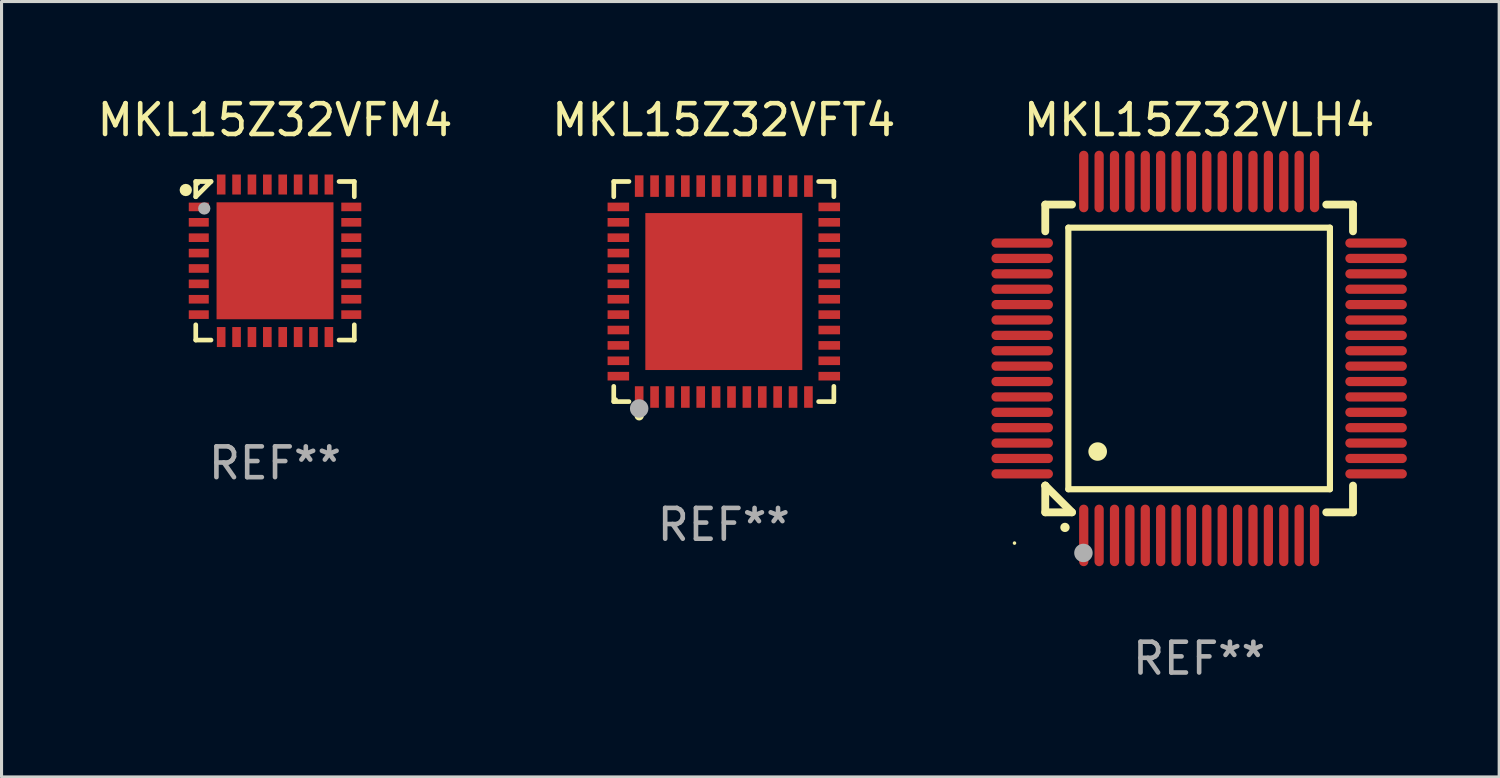
<source format=kicad_pcb>
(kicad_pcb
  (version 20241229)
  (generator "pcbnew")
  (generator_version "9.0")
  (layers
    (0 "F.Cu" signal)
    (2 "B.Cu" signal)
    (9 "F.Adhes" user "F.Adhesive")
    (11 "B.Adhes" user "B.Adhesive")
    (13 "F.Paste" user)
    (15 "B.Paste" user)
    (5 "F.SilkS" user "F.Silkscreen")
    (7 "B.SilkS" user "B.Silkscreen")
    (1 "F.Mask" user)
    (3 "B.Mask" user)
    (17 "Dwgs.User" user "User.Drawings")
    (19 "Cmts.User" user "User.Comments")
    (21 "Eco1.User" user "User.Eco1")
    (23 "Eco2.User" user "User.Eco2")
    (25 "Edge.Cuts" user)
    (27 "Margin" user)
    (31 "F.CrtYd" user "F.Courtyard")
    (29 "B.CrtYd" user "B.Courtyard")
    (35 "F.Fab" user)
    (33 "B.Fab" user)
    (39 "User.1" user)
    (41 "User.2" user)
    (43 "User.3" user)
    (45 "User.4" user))
  (footprint "MKL15Z32VFM4"
    (layer "F.Cu")
    (at 5.887 5.424)
    (property "Reference" "MKL15Z32VFM4" (at 0 -4.576 0) (layer "F.SilkS") (effects (font (size 1 1) (thickness 0.15))))
    (attr through_hole)
    (fp_line (start -2.576 -2.576) (end -2.576 -2.08) (stroke (width 0.152) (type solid)) (layer "F.SilkS"))
    (fp_line (start -2.576 2.576) (end -2.576 2.08) (stroke (width 0.152) (type solid)) (layer "F.SilkS"))
    (fp_line (start -2.08 -2.576) (end -2.576 -2.576) (stroke (width 0.152) (type solid)) (layer "F.SilkS"))
    (fp_line (start -2.08 -2.576) (end -2.576 -2.08) (stroke (width 0.152) (type solid)) (layer "F.SilkS"))
    (fp_line (start -2.08 2.576) (end -2.576 2.576) (stroke (width 0.152) (type solid)) (layer "F.SilkS"))
    (fp_line (start 2.08 -2.576) (end 2.576 -2.576) (stroke (width 0.152) (type solid)) (layer "F.SilkS"))
    (fp_line (start 2.08 2.576) (end 2.576 2.576) (stroke (width 0.152) (type solid)) (layer "F.SilkS"))
    (fp_line (start 2.576 -2.576) (end 2.576 -2.08) (stroke (width 0.152) (type solid)) (layer "F.SilkS"))
    (fp_line (start 2.576 2.576) (end 2.576 2.08) (stroke (width 0.152) (type solid)) (layer "F.SilkS"))
    (fp_circle (center -2.9 -2.3) (end -2.8 -2.3) (stroke (width 0.2) (type solid)) (fill no) (layer "F.SilkS"))
    (fp_circle (center -2.5 -2.5) (end -2.47 -2.5) (stroke (width 0.06) (type solid)) (fill no) (layer "F.SilkS"))
    (fp_circle (center -2.3 -1.7) (end -2.2 -1.7) (stroke (width 0.2) (type solid)) (fill no) (layer "F.Fab"))
    (fp_text user "REF**" (at 0 6.576 0) (layer "F.Fab") (effects (font (size 1 1) (thickness 0.15))))
    (pad "1" smd rect (at -2.478 -1.75) (size 0.65 0.28) (layers "F.Cu" "F.Mask" "F.Paste"))
    (pad "2" smd rect (at -2.478 -1.25) (size 0.65 0.28) (layers "F.Cu" "F.Mask" "F.Paste"))
    (pad "3" smd rect (at -2.478 -0.75) (size 0.65 0.28) (layers "F.Cu" "F.Mask" "F.Paste"))
    (pad "4" smd rect (at -2.478 -0.25) (size 0.65 0.28) (layers "F.Cu" "F.Mask" "F.Paste"))
    (pad "5" smd rect (at -2.478 0.25) (size 0.65 0.28) (layers "F.Cu" "F.Mask" "F.Paste"))
    (pad "6" smd rect (at -2.478 0.75) (size 0.65 0.28) (layers "F.Cu" "F.Mask" "F.Paste"))
    (pad "7" smd rect (at -2.478 1.25) (size 0.65 0.28) (layers "F.Cu" "F.Mask" "F.Paste"))
    (pad "8" smd rect (at -2.478 1.75) (size 0.65 0.28) (layers "F.Cu" "F.Mask" "F.Paste"))
    (pad "9" smd rect (at -1.75 2.478) (size 0.28 0.65) (layers "F.Cu" "F.Mask" "F.Paste"))
    (pad "10" smd rect (at -1.25 2.478) (size 0.28 0.65) (layers "F.Cu" "F.Mask" "F.Paste"))
    (pad "11" smd rect (at -0.75 2.478) (size 0.28 0.65) (layers "F.Cu" "F.Mask" "F.Paste"))
    (pad "12" smd rect (at -0.25 2.478) (size 0.28 0.65) (layers "F.Cu" "F.Mask" "F.Paste"))
    (pad "13" smd rect (at 0.25 2.478) (size 0.28 0.65) (layers "F.Cu" "F.Mask" "F.Paste"))
    (pad "14" smd rect (at 0.75 2.478) (size 0.28 0.65) (layers "F.Cu" "F.Mask" "F.Paste"))
    (pad "15" smd rect (at 1.25 2.478) (size 0.28 0.65) (layers "F.Cu" "F.Mask" "F.Paste"))
    (pad "16" smd rect (at 1.75 2.478) (size 0.28 0.65) (layers "F.Cu" "F.Mask" "F.Paste"))
    (pad "17" smd rect (at 2.478 1.75) (size 0.65 0.28) (layers "F.Cu" "F.Mask" "F.Paste"))
    (pad "18" smd rect (at 2.478 1.25) (size 0.65 0.28) (layers "F.Cu" "F.Mask" "F.Paste"))
    (pad "19" smd rect (at 2.478 0.75) (size 0.65 0.28) (layers "F.Cu" "F.Mask" "F.Paste"))
    (pad "20" smd rect (at 2.478 0.25) (size 0.65 0.28) (layers "F.Cu" "F.Mask" "F.Paste"))
    (pad "21" smd rect (at 2.478 -0.25) (size 0.65 0.28) (layers "F.Cu" "F.Mask" "F.Paste"))
    (pad "22" smd rect (at 2.478 -0.75) (size 0.65 0.28) (layers "F.Cu" "F.Mask" "F.Paste"))
    (pad "23" smd rect (at 2.478 -1.25) (size 0.65 0.28) (layers "F.Cu" "F.Mask" "F.Paste"))
    (pad "24" smd rect (at 2.478 -1.75) (size 0.65 0.28) (layers "F.Cu" "F.Mask" "F.Paste"))
    (pad "25" smd rect (at 1.75 -2.478) (size 0.28 0.65) (layers "F.Cu" "F.Mask" "F.Paste"))
    (pad "26" smd rect (at 1.25 -2.478) (size 0.28 0.65) (layers "F.Cu" "F.Mask" "F.Paste"))
    (pad "27" smd rect (at 0.75 -2.478) (size 0.28 0.65) (layers "F.Cu" "F.Mask" "F.Paste"))
    (pad "28" smd rect (at 0.25 -2.478) (size 0.28 0.65) (layers "F.Cu" "F.Mask" "F.Paste"))
    (pad "29" smd rect (at -0.25 -2.478) (size 0.28 0.65) (layers "F.Cu" "F.Mask" "F.Paste"))
    (pad "30" smd rect (at -0.75 -2.478) (size 0.28 0.65) (layers "F.Cu" "F.Mask" "F.Paste"))
    (pad "31" smd rect (at -1.25 -2.478) (size 0.28 0.65) (layers "F.Cu" "F.Mask" "F.Paste"))
    (pad "32" smd rect (at -1.75 -2.478) (size 0.28 0.65) (layers "F.Cu" "F.Mask" "F.Paste"))
    (pad "33" smd rect (at 0 0) (size 3.8 3.8) (layers "F.Cu" "F.Mask" "F.Paste")))
  (footprint "MKL15Z32VFT4"
    (layer "F.Cu")
    (at 20.47 6.424)
    (property "Reference" "MKL15Z32VFT4" (at 0 -5.576 0) (layer "F.SilkS") (effects (font (size 1 1) (thickness 0.15))))
    (attr through_hole)
    (fp_line (start -3.576 -3.576) (end -3.081 -3.576) (stroke (width 0.152) (type solid)) (layer "F.SilkS"))
    (fp_line (start -3.576 -3.081) (end -3.576 -3.576) (stroke (width 0.152) (type solid)) (layer "F.SilkS"))
    (fp_line (start -3.576 3.081) (end -3.576 3.576) (stroke (width 0.152) (type solid)) (layer "F.SilkS"))
    (fp_line (start -3.576 3.576) (end -3.081 3.576) (stroke (width 0.152) (type solid)) (layer "F.SilkS"))
    (fp_line (start 3.576 -3.576) (end 3.081 -3.576) (stroke (width 0.152) (type solid)) (layer "F.SilkS"))
    (fp_line (start 3.576 -3.081) (end 3.576 -3.576) (stroke (width 0.152) (type solid)) (layer "F.SilkS"))
    (fp_line (start 3.576 3.081) (end 3.576 3.576) (stroke (width 0.152) (type solid)) (layer "F.SilkS"))
    (fp_line (start 3.576 3.576) (end 3.081 3.576) (stroke (width 0.152) (type solid)) (layer "F.SilkS"))
    (fp_circle (center -3.5 3.5) (end -3.47 3.5) (stroke (width 0.06) (type solid)) (fill no) (layer "F.SilkS"))
    (fp_circle (center -2.75 4.04) (end -2.675 4.04) (stroke (width 0.15) (type solid)) (fill no) (layer "F.SilkS"))
    (fp_circle (center -2.75 3.8) (end -2.6 3.8) (stroke (width 0.3) (type solid)) (fill no) (layer "F.Fab"))
    (fp_text user "REF**" (at 0 7.576 0) (layer "F.Fab") (effects (font (size 1 1) (thickness 0.15))))
    (pad "1" smd rect (at -2.75 3.427) (size 0.28 0.7) (layers "F.Cu" "F.Mask" "F.Paste"))
    (pad "2" smd rect (at -2.25 3.427) (size 0.28 0.7) (layers "F.Cu" "F.Mask" "F.Paste"))
    (pad "3" smd rect (at -1.75 3.427) (size 0.28 0.7) (layers "F.Cu" "F.Mask" "F.Paste"))
    (pad "4" smd rect (at -1.25 3.427) (size 0.28 0.7) (layers "F.Cu" "F.Mask" "F.Paste"))
    (pad "5" smd rect (at -0.75 3.427) (size 0.28 0.7) (layers "F.Cu" "F.Mask" "F.Paste"))
    (pad "6" smd rect (at -0.25 3.427) (size 0.28 0.7) (layers "F.Cu" "F.Mask" "F.Paste"))
    (pad "7" smd rect (at 0.25 3.427) (size 0.28 0.7) (layers "F.Cu" "F.Mask" "F.Paste"))
    (pad "8" smd rect (at 0.75 3.427) (size 0.28 0.7) (layers "F.Cu" "F.Mask" "F.Paste"))
    (pad "9" smd rect (at 1.25 3.427) (size 0.28 0.7) (layers "F.Cu" "F.Mask" "F.Paste"))
    (pad "10" smd rect (at 1.75 3.427) (size 0.28 0.7) (layers "F.Cu" "F.Mask" "F.Paste"))
    (pad "11" smd rect (at 2.25 3.427) (size 0.28 0.7) (layers "F.Cu" "F.Mask" "F.Paste"))
    (pad "12" smd rect (at 2.75 3.427) (size 0.28 0.7) (layers "F.Cu" "F.Mask" "F.Paste"))
    (pad "13" smd rect (at 3.427 2.75) (size 0.7 0.28) (layers "F.Cu" "F.Mask" "F.Paste"))
    (pad "14" smd rect (at 3.427 2.25) (size 0.7 0.28) (layers "F.Cu" "F.Mask" "F.Paste"))
    (pad "15" smd rect (at 3.427 1.75) (size 0.7 0.28) (layers "F.Cu" "F.Mask" "F.Paste"))
    (pad "16" smd rect (at 3.427 1.25) (size 0.7 0.28) (layers "F.Cu" "F.Mask" "F.Paste"))
    (pad "17" smd rect (at 3.427 0.75) (size 0.7 0.28) (layers "F.Cu" "F.Mask" "F.Paste"))
    (pad "18" smd rect (at 3.427 0.25) (size 0.7 0.28) (layers "F.Cu" "F.Mask" "F.Paste"))
    (pad "19" smd rect (at 3.427 -0.25) (size 0.7 0.28) (layers "F.Cu" "F.Mask" "F.Paste"))
    (pad "20" smd rect (at 3.427 -0.75) (size 0.7 0.28) (layers "F.Cu" "F.Mask" "F.Paste"))
    (pad "21" smd rect (at 3.427 -1.25) (size 0.7 0.28) (layers "F.Cu" "F.Mask" "F.Paste"))
    (pad "22" smd rect (at 3.427 -1.75) (size 0.7 0.28) (layers "F.Cu" "F.Mask" "F.Paste"))
    (pad "23" smd rect (at 3.427 -2.25) (size 0.7 0.28) (layers "F.Cu" "F.Mask" "F.Paste"))
    (pad "24" smd rect (at 3.427 -2.75) (size 0.7 0.28) (layers "F.Cu" "F.Mask" "F.Paste"))
    (pad "25" smd rect (at 2.75 -3.427) (size 0.28 0.7) (layers "F.Cu" "F.Mask" "F.Paste"))
    (pad "26" smd rect (at 2.25 -3.427) (size 0.28 0.7) (layers "F.Cu" "F.Mask" "F.Paste"))
    (pad "27" smd rect (at 1.75 -3.427) (size 0.28 0.7) (layers "F.Cu" "F.Mask" "F.Paste"))
    (pad "28" smd rect (at 1.25 -3.427) (size 0.28 0.7) (layers "F.Cu" "F.Mask" "F.Paste"))
    (pad "29" smd rect (at 0.75 -3.427) (size 0.28 0.7) (layers "F.Cu" "F.Mask" "F.Paste"))
    (pad "30" smd rect (at 0.25 -3.427) (size 0.28 0.7) (layers "F.Cu" "F.Mask" "F.Paste"))
    (pad "31" smd rect (at -0.25 -3.427) (size 0.28 0.7) (layers "F.Cu" "F.Mask" "F.Paste"))
    (pad "32" smd rect (at -0.75 -3.427) (size 0.28 0.7) (layers "F.Cu" "F.Mask" "F.Paste"))
    (pad "33" smd rect (at -1.25 -3.427) (size 0.28 0.7) (layers "F.Cu" "F.Mask" "F.Paste"))
    (pad "34" smd rect (at -1.75 -3.427) (size 0.28 0.7) (layers "F.Cu" "F.Mask" "F.Paste"))
    (pad "35" smd rect (at -2.25 -3.427) (size 0.28 0.7) (layers "F.Cu" "F.Mask" "F.Paste"))
    (pad "36" smd rect (at -2.75 -3.427) (size 0.28 0.7) (layers "F.Cu" "F.Mask" "F.Paste"))
    (pad "37" smd rect (at -3.427 -2.75) (size 0.7 0.28) (layers "F.Cu" "F.Mask" "F.Paste"))
    (pad "38" smd rect (at -3.427 -2.25) (size 0.7 0.28) (layers "F.Cu" "F.Mask" "F.Paste"))
    (pad "39" smd rect (at -3.427 -1.75) (size 0.7 0.28) (layers "F.Cu" "F.Mask" "F.Paste"))
    (pad "40" smd rect (at -3.427 -1.25) (size 0.7 0.28) (layers "F.Cu" "F.Mask" "F.Paste"))
    (pad "41" smd rect (at -3.427 -0.75) (size 0.7 0.28) (layers "F.Cu" "F.Mask" "F.Paste"))
    (pad "42" smd rect (at -3.427 -0.25) (size 0.7 0.28) (layers "F.Cu" "F.Mask" "F.Paste"))
    (pad "43" smd rect (at -3.427 0.25) (size 0.7 0.28) (layers "F.Cu" "F.Mask" "F.Paste"))
    (pad "44" smd rect (at -3.427 0.75) (size 0.7 0.28) (layers "F.Cu" "F.Mask" "F.Paste"))
    (pad "45" smd rect (at -3.427 1.25) (size 0.7 0.28) (layers "F.Cu" "F.Mask" "F.Paste"))
    (pad "46" smd rect (at -3.427 1.75) (size 0.7 0.28) (layers "F.Cu" "F.Mask" "F.Paste"))
    (pad "47" smd rect (at -3.427 2.25) (size 0.7 0.28) (layers "F.Cu" "F.Mask" "F.Paste"))
    (pad "48" smd rect (at -3.427 2.75) (size 0.7 0.28) (layers "F.Cu" "F.Mask" "F.Paste"))
    (pad "49" smd rect (at 0 0) (size 5.1 5.1) (layers "F.Cu" "F.Mask" "F.Paste")))
  (footprint "MKL15Z32VLH4"
    (layer "F.Cu")
    (at 35.916 8.598)
    (property "Reference" "MKL15Z32VLH4" (at 0 -7.75 0) (layer "F.SilkS") (effects (font (size 1 1) (thickness 0.15))))
    (attr through_hole)
    (fp_line (start -5 -5) (end -4.131 -5) (stroke (width 0.254) (type solid)) (layer "F.SilkS"))
    (fp_line (start -5 -4.131) (end -5 -5) (stroke (width 0.254) (type solid)) (layer "F.SilkS"))
    (fp_line (start -5 4.131) (end -5 4.131) (stroke (width 0.254) (type solid)) (layer "F.SilkS"))
    (fp_line (start -5 5) (end -5 4.131) (stroke (width 0.254) (type solid)) (layer "F.SilkS"))
    (fp_line (start -5 4.131) (end -4.131 5) (stroke (width 0.254) (type solid)) (layer "F.SilkS"))
    (fp_line (start -4.25 -4.25) (end -4.25 4.25) (stroke (width 0.2) (type solid)) (layer "F.SilkS"))
    (fp_line (start -4.25 4.25) (end 4.25 4.25) (stroke (width 0.2) (type solid)) (layer "F.SilkS"))
    (fp_line (start -4.131 5) (end -5 5) (stroke (width 0.254) (type solid)) (layer "F.SilkS"))
    (fp_line (start 4.25 -4.25) (end -4.25 -4.25) (stroke (width 0.2) (type solid)) (layer "F.SilkS"))
    (fp_line (start 4.25 4.25) (end 4.25 -4.25) (stroke (width 0.2) (type solid)) (layer "F.SilkS"))
    (fp_line (start 5 -5) (end 4.131 -5) (stroke (width 0.254) (type solid)) (layer "F.SilkS"))
    (fp_line (start 5 -5) (end 5 -4.131) (stroke (width 0.254) (type solid)) (layer "F.SilkS"))
    (fp_line (start 5 4.131) (end 5 5) (stroke (width 0.254) (type solid)) (layer "F.SilkS"))
    (fp_line (start 5 5) (end 4.131 5) (stroke (width 0.254) (type solid)) (layer "F.SilkS"))
    (fp_arc (start -4.361265 5.489992) (mid -4.359995 5.489987) (end -4.358725 5.489992) (stroke (width 0.3) (type solid)) (layer "F.SilkS"))
    (fp_arc (start -3.299467 3.025146) (mid -3.296927 3.025135) (end -3.294387 3.025146) (stroke (width 0.6) (type solid)) (layer "F.SilkS"))
    (fp_circle (center -6 6) (end -5.97 6) (stroke (width 0.06) (type solid)) (fill no) (layer "F.SilkS"))
    (fp_circle (center -3.76 6.32) (end -3.61 6.32) (stroke (width 0.3) (type solid)) (fill no) (layer "F.Fab"))
    (fp_text user "REF**" (at 0 9.75 0) (layer "F.Fab") (effects (font (size 1 1) (thickness 0.15))))
    (pad "1" smd oval (at -3.75 5.75) (size 0.3 2) (layers "F.Cu" "F.Mask" "F.Paste"))
    (pad "2" smd oval (at -3.25 5.75) (size 0.3 2) (layers "F.Cu" "F.Mask" "F.Paste"))
    (pad "3" smd oval (at -2.75 5.75) (size 0.3 2) (layers "F.Cu" "F.Mask" "F.Paste"))
    (pad "4" smd oval (at -2.25 5.75) (size 0.3 2) (layers "F.Cu" "F.Mask" "F.Paste"))
    (pad "5" smd oval (at -1.75 5.75) (size 0.3 2) (layers "F.Cu" "F.Mask" "F.Paste"))
    (pad "6" smd oval (at -1.25 5.75) (size 0.3 2) (layers "F.Cu" "F.Mask" "F.Paste"))
    (pad "7" smd oval (at -0.75 5.75) (size 0.3 2) (layers "F.Cu" "F.Mask" "F.Paste"))
    (pad "8" smd oval (at -0.25 5.75) (size 0.3 2) (layers "F.Cu" "F.Mask" "F.Paste"))
    (pad "9" smd oval (at 0.25 5.75) (size 0.3 2) (layers "F.Cu" "F.Mask" "F.Paste"))
    (pad "10" smd oval (at 0.75 5.75) (size 0.3 2) (layers "F.Cu" "F.Mask" "F.Paste"))
    (pad "11" smd oval (at 1.25 5.75) (size 0.3 2) (layers "F.Cu" "F.Mask" "F.Paste"))
    (pad "12" smd oval (at 1.75 5.75) (size 0.3 2) (layers "F.Cu" "F.Mask" "F.Paste"))
    (pad "13" smd oval (at 2.25 5.75) (size 0.3 2) (layers "F.Cu" "F.Mask" "F.Paste"))
    (pad "14" smd oval (at 2.75 5.75) (size 0.3 2) (layers "F.Cu" "F.Mask" "F.Paste"))
    (pad "15" smd oval (at 3.25 5.75) (size 0.3 2) (layers "F.Cu" "F.Mask" "F.Paste"))
    (pad "16" smd oval (at 3.75 5.75) (size 0.3 2) (layers "F.Cu" "F.Mask" "F.Paste"))
    (pad "17" smd oval (at 5.75 3.75) (size 2 0.3) (layers "F.Cu" "F.Mask" "F.Paste"))
    (pad "18" smd oval (at 5.75 3.25) (size 2 0.3) (layers "F.Cu" "F.Mask" "F.Paste"))
    (pad "19" smd oval (at 5.75 2.75) (size 2 0.3) (layers "F.Cu" "F.Mask" "F.Paste"))
    (pad "20" smd oval (at 5.75 2.25) (size 2 0.3) (layers "F.Cu" "F.Mask" "F.Paste"))
    (pad "21" smd oval (at 5.75 1.75) (size 2 0.3) (layers "F.Cu" "F.Mask" "F.Paste"))
    (pad "22" smd oval (at 5.75 1.25) (size 2 0.3) (layers "F.Cu" "F.Mask" "F.Paste"))
    (pad "23" smd oval (at 5.75 0.75) (size 2 0.3) (layers "F.Cu" "F.Mask" "F.Paste"))
    (pad "24" smd oval (at 5.75 0.25) (size 2 0.3) (layers "F.Cu" "F.Mask" "F.Paste"))
    (pad "25" smd oval (at 5.75 -0.25) (size 2 0.3) (layers "F.Cu" "F.Mask" "F.Paste"))
    (pad "26" smd oval (at 5.75 -0.75) (size 2 0.3) (layers "F.Cu" "F.Mask" "F.Paste"))
    (pad "27" smd oval (at 5.75 -1.25) (size 2 0.3) (layers "F.Cu" "F.Mask" "F.Paste"))
    (pad "28" smd oval (at 5.75 -1.75) (size 2 0.3) (layers "F.Cu" "F.Mask" "F.Paste"))
    (pad "29" smd oval (at 5.75 -2.25) (size 2 0.3) (layers "F.Cu" "F.Mask" "F.Paste"))
    (pad "30" smd oval (at 5.75 -2.75) (size 2 0.3) (layers "F.Cu" "F.Mask" "F.Paste"))
    (pad "31" smd oval (at 5.75 -3.25) (size 2 0.3) (layers "F.Cu" "F.Mask" "F.Paste"))
    (pad "32" smd oval (at 5.75 -3.75) (size 2 0.3) (layers "F.Cu" "F.Mask" "F.Paste"))
    (pad "33" smd oval (at 3.75 -5.75) (size 0.3 2) (layers "F.Cu" "F.Mask" "F.Paste"))
    (pad "34" smd oval (at 3.25 -5.75) (size 0.3 2) (layers "F.Cu" "F.Mask" "F.Paste"))
    (pad "35" smd oval (at 2.75 -5.75) (size 0.3 2) (layers "F.Cu" "F.Mask" "F.Paste"))
    (pad "36" smd oval (at 2.25 -5.75) (size 0.3 2) (layers "F.Cu" "F.Mask" "F.Paste"))
    (pad "37" smd oval (at 1.75 -5.75) (size 0.3 2) (layers "F.Cu" "F.Mask" "F.Paste"))
    (pad "38" smd oval (at 1.25 -5.75) (size 0.3 2) (layers "F.Cu" "F.Mask" "F.Paste"))
    (pad "39" smd oval (at 0.75 -5.75) (size 0.3 2) (layers "F.Cu" "F.Mask" "F.Paste"))
    (pad "40" smd oval (at 0.25 -5.75) (size 0.3 2) (layers "F.Cu" "F.Mask" "F.Paste"))
    (pad "41" smd oval (at -0.25 -5.75) (size 0.3 2) (layers "F.Cu" "F.Mask" "F.Paste"))
    (pad "42" smd oval (at -0.75 -5.75) (size 0.3 2) (layers "F.Cu" "F.Mask" "F.Paste"))
    (pad "43" smd oval (at -1.25 -5.75) (size 0.3 2) (layers "F.Cu" "F.Mask" "F.Paste"))
    (pad "44" smd oval (at -1.75 -5.75) (size 0.3 2) (layers "F.Cu" "F.Mask" "F.Paste"))
    (pad "45" smd oval (at -2.25 -5.75) (size 0.3 2) (layers "F.Cu" "F.Mask" "F.Paste"))
    (pad "46" smd oval (at -2.75 -5.75) (size 0.3 2) (layers "F.Cu" "F.Mask" "F.Paste"))
    (pad "47" smd oval (at -3.25 -5.75) (size 0.3 2) (layers "F.Cu" "F.Mask" "F.Paste"))
    (pad "48" smd oval (at -3.75 -5.75) (size 0.3 2) (layers "F.Cu" "F.Mask" "F.Paste"))
    (pad "49" smd oval (at -5.75 -3.75) (size 2 0.3) (layers "F.Cu" "F.Mask" "F.Paste"))
    (pad "50" smd oval (at -5.75 -3.25) (size 2 0.3) (layers "F.Cu" "F.Mask" "F.Paste"))
    (pad "51" smd oval (at -5.75 -2.75) (size 2 0.3) (layers "F.Cu" "F.Mask" "F.Paste"))
    (pad "52" smd oval (at -5.75 -2.25) (size 2 0.3) (layers "F.Cu" "F.Mask" "F.Paste"))
    (pad "53" smd oval (at -5.75 -1.75) (size 2 0.3) (layers "F.Cu" "F.Mask" "F.Paste"))
    (pad "54" smd oval (at -5.75 -1.25) (size 2 0.3) (layers "F.Cu" "F.Mask" "F.Paste"))
    (pad "55" smd oval (at -5.75 -0.75) (size 2 0.3) (layers "F.Cu" "F.Mask" "F.Paste"))
    (pad "56" smd oval (at -5.75 -0.25) (size 2 0.3) (layers "F.Cu" "F.Mask" "F.Paste"))
    (pad "57" smd oval (at -5.75 0.25) (size 2 0.3) (layers "F.Cu" "F.Mask" "F.Paste"))
    (pad "58" smd oval (at -5.75 0.75) (size 2 0.3) (layers "F.Cu" "F.Mask" "F.Paste"))
    (pad "59" smd oval (at -5.75 1.25) (size 2 0.3) (layers "F.Cu" "F.Mask" "F.Paste"))
    (pad "60" smd oval (at -5.75 1.75) (size 2 0.3) (layers "F.Cu" "F.Mask" "F.Paste"))
    (pad "61" smd oval (at -5.75 2.25) (size 2 0.3) (layers "F.Cu" "F.Mask" "F.Paste"))
    (pad "62" smd oval (at -5.75 2.75) (size 2 0.3) (layers "F.Cu" "F.Mask" "F.Paste"))
    (pad "63" smd oval (at -5.75 3.25) (size 2 0.3) (layers "F.Cu" "F.Mask" "F.Paste"))
    (pad "64" smd oval (at -5.75 3.75) (size 2 0.3) (layers "F.Cu" "F.Mask" "F.Paste")))
  (gr_rect
    (start -3 -3)
    (end 45.666 22.196)
    (stroke (width 0.1) (type default))
    (fill no)
    (layer "Edge.Cuts")))
</source>
